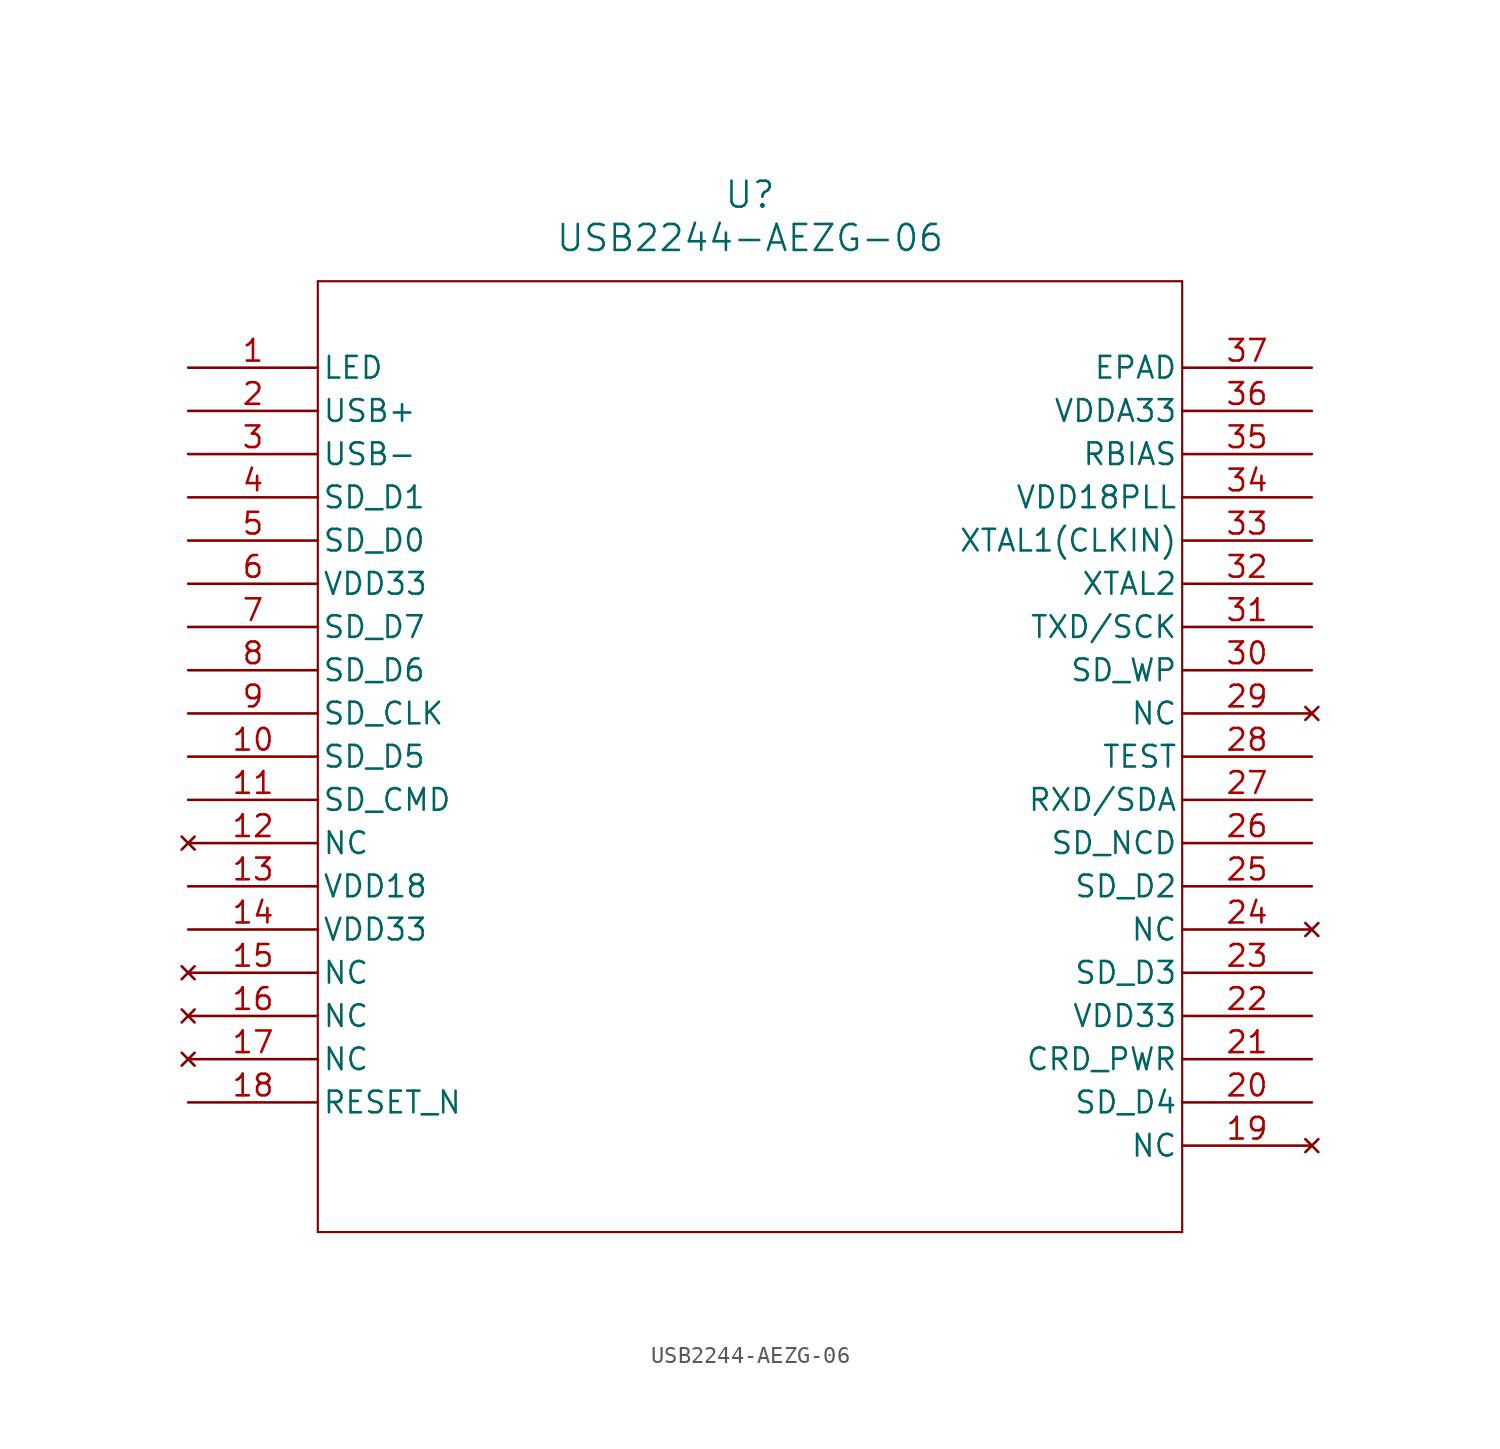
<source format=kicad_sym>
(kicad_symbol_lib
  (version 20220914)
  (generator kicad_symbol_editor)
  (symbol "USB2244-AEZG-06"
    (pin_names
      (offset 0.254))
    (property "Reference" "U"
      (at 33.02 10.16 0)
      (effects (font (size 1.524 1.524))))
    (property "Value" "USB2244-AEZG-06"
      (at 33.02 7.62 0)
      (effects (font (size 1.524 1.524))))
    (symbol "USB2244-AEZG-06_0_1"
      (polyline (pts (xy 7.62 -50.8) (xy 58.42 -50.8)) (stroke (width 0.127) (type default)) (fill (type none)))
      (polyline (pts (xy 7.62 5.08) (xy 7.62 -50.8)) (stroke (width 0.127) (type default)) (fill (type none)))
      (polyline (pts (xy 58.42 -50.8) (xy 58.42 5.08)) (stroke (width 0.127) (type default)) (fill (type none)))
      (polyline (pts (xy 58.42 5.08) (xy 7.62 5.08)) (stroke (width 0.127) (type default)) (fill (type none)))
      (pin bidirectional line (at 0 0 0) (length 7.62) (name "LED" (effects (font (size 1.27 1.27)))) (number "1" (effects (font (size 1.27 1.27)))))
      (pin bidirectional line (at 0 -22.86 0) (length 7.62) (name "SD_D5" (effects (font (size 1.27 1.27)))) (number "10" (effects (font (size 1.27 1.27)))))
      (pin bidirectional line (at 0 -25.4 0) (length 7.62) (name "SD_CMD" (effects (font (size 1.27 1.27)))) (number "11" (effects (font (size 1.27 1.27)))))
      (pin no_connect line (at 0 -27.94 0) (length 7.62) (name "NC" (effects (font (size 1.27 1.27)))) (number "12" (effects (font (size 1.27 1.27)))))
      (pin power_in line (at 0 -30.48 0) (length 7.62) (name "VDD18" (effects (font (size 1.27 1.27)))) (number "13" (effects (font (size 1.27 1.27)))))
      (pin power_in line (at 0 -33.02 0) (length 7.62) (name "VDD33" (effects (font (size 1.27 1.27)))) (number "14" (effects (font (size 1.27 1.27)))))
      (pin no_connect line (at 0 -35.56 0) (length 7.62) (name "NC" (effects (font (size 1.27 1.27)))) (number "15" (effects (font (size 1.27 1.27)))))
      (pin no_connect line (at 0 -38.1 0) (length 7.62) (name "NC" (effects (font (size 1.27 1.27)))) (number "16" (effects (font (size 1.27 1.27)))))
      (pin no_connect line (at 0 -40.64 0) (length 7.62) (name "NC" (effects (font (size 1.27 1.27)))) (number "17" (effects (font (size 1.27 1.27)))))
      (pin input line (at 0 -43.18 0) (length 7.62) (name "RESET_N" (effects (font (size 1.27 1.27)))) (number "18" (effects (font (size 1.27 1.27)))))
      (pin no_connect line (at 66.04 -45.72 180) (length 7.62) (name "NC" (effects (font (size 1.27 1.27)))) (number "19" (effects (font (size 1.27 1.27)))))
      (pin bidirectional line (at 0 -2.54 0) (length 7.62) (name "USB+" (effects (font (size 1.27 1.27)))) (number "2" (effects (font (size 1.27 1.27)))))
      (pin bidirectional line (at 66.04 -43.18 180) (length 7.62) (name "SD_D4" (effects (font (size 1.27 1.27)))) (number "20" (effects (font (size 1.27 1.27)))))
      (pin bidirectional line (at 66.04 -40.64 180) (length 7.62) (name "CRD_PWR" (effects (font (size 1.27 1.27)))) (number "21" (effects (font (size 1.27 1.27)))))
      (pin power_in line (at 66.04 -38.1 180) (length 7.62) (name "VDD33" (effects (font (size 1.27 1.27)))) (number "22" (effects (font (size 1.27 1.27)))))
      (pin bidirectional line (at 66.04 -35.56 180) (length 7.62) (name "SD_D3" (effects (font (size 1.27 1.27)))) (number "23" (effects (font (size 1.27 1.27)))))
      (pin no_connect line (at 66.04 -33.02 180) (length 7.62) (name "NC" (effects (font (size 1.27 1.27)))) (number "24" (effects (font (size 1.27 1.27)))))
      (pin bidirectional line (at 66.04 -30.48 180) (length 7.62) (name "SD_D2" (effects (font (size 1.27 1.27)))) (number "25" (effects (font (size 1.27 1.27)))))
      (pin bidirectional line (at 66.04 -27.94 180) (length 7.62) (name "SD_NCD" (effects (font (size 1.27 1.27)))) (number "26" (effects (font (size 1.27 1.27)))))
      (pin bidirectional line (at 66.04 -25.4 180) (length 7.62) (name "RXD/SDA" (effects (font (size 1.27 1.27)))) (number "27" (effects (font (size 1.27 1.27)))))
      (pin input line (at 66.04 -22.86 180) (length 7.62) (name "TEST" (effects (font (size 1.27 1.27)))) (number "28" (effects (font (size 1.27 1.27)))))
      (pin no_connect line (at 66.04 -20.32 180) (length 7.62) (name "NC" (effects (font (size 1.27 1.27)))) (number "29" (effects (font (size 1.27 1.27)))))
      (pin bidirectional line (at 0 -5.08 0) (length 7.62) (name "USB-" (effects (font (size 1.27 1.27)))) (number "3" (effects (font (size 1.27 1.27)))))
      (pin unspecified line (at 66.04 -17.78 180) (length 7.62) (name "SD_WP" (effects (font (size 1.27 1.27)))) (number "30" (effects (font (size 1.27 1.27)))))
      (pin bidirectional line (at 66.04 -15.24 180) (length 7.62) (name "TXD/SCK" (effects (font (size 1.27 1.27)))) (number "31" (effects (font (size 1.27 1.27)))))
      (pin output line (at 66.04 -12.7 180) (length 7.62) (name "XTAL2" (effects (font (size 1.27 1.27)))) (number "32" (effects (font (size 1.27 1.27)))))
      (pin input line (at 66.04 -10.16 180) (length 7.62) (name "XTAL1(CLKIN)" (effects (font (size 1.27 1.27)))) (number "33" (effects (font (size 1.27 1.27)))))
      (pin power_in line (at 66.04 -7.62 180) (length 7.62) (name "VDD18PLL" (effects (font (size 1.27 1.27)))) (number "34" (effects (font (size 1.27 1.27)))))
      (pin input line (at 66.04 -5.08 180) (length 7.62) (name "RBIAS" (effects (font (size 1.27 1.27)))) (number "35" (effects (font (size 1.27 1.27)))))
      (pin power_in line (at 66.04 -2.54 180) (length 7.62) (name "VDDA33" (effects (font (size 1.27 1.27)))) (number "36" (effects (font (size 1.27 1.27)))))
      (pin unspecified line (at 66.04 0 180) (length 7.62) (name "EPAD" (effects (font (size 1.27 1.27)))) (number "37" (effects (font (size 1.27 1.27)))))
      (pin bidirectional line (at 0 -7.62 0) (length 7.62) (name "SD_D1" (effects (font (size 1.27 1.27)))) (number "4" (effects (font (size 1.27 1.27)))))
      (pin bidirectional line (at 0 -10.16 0) (length 7.62) (name "SD_D0" (effects (font (size 1.27 1.27)))) (number "5" (effects (font (size 1.27 1.27)))))
      (pin power_in line (at 0 -12.7 0) (length 7.62) (name "VDD33" (effects (font (size 1.27 1.27)))) (number "6" (effects (font (size 1.27 1.27)))))
      (pin bidirectional line (at 0 -15.24 0) (length 7.62) (name "SD_D7" (effects (font (size 1.27 1.27)))) (number "7" (effects (font (size 1.27 1.27)))))
      (pin bidirectional line (at 0 -17.78 0) (length 7.62) (name "SD_D6" (effects (font (size 1.27 1.27)))) (number "8" (effects (font (size 1.27 1.27)))))
      (pin output line (at 0 -20.32 0) (length 7.62) (name "SD_CLK" (effects (font (size 1.27 1.27)))) (number "9" (effects (font (size 1.27 1.27))))))))
</source>
